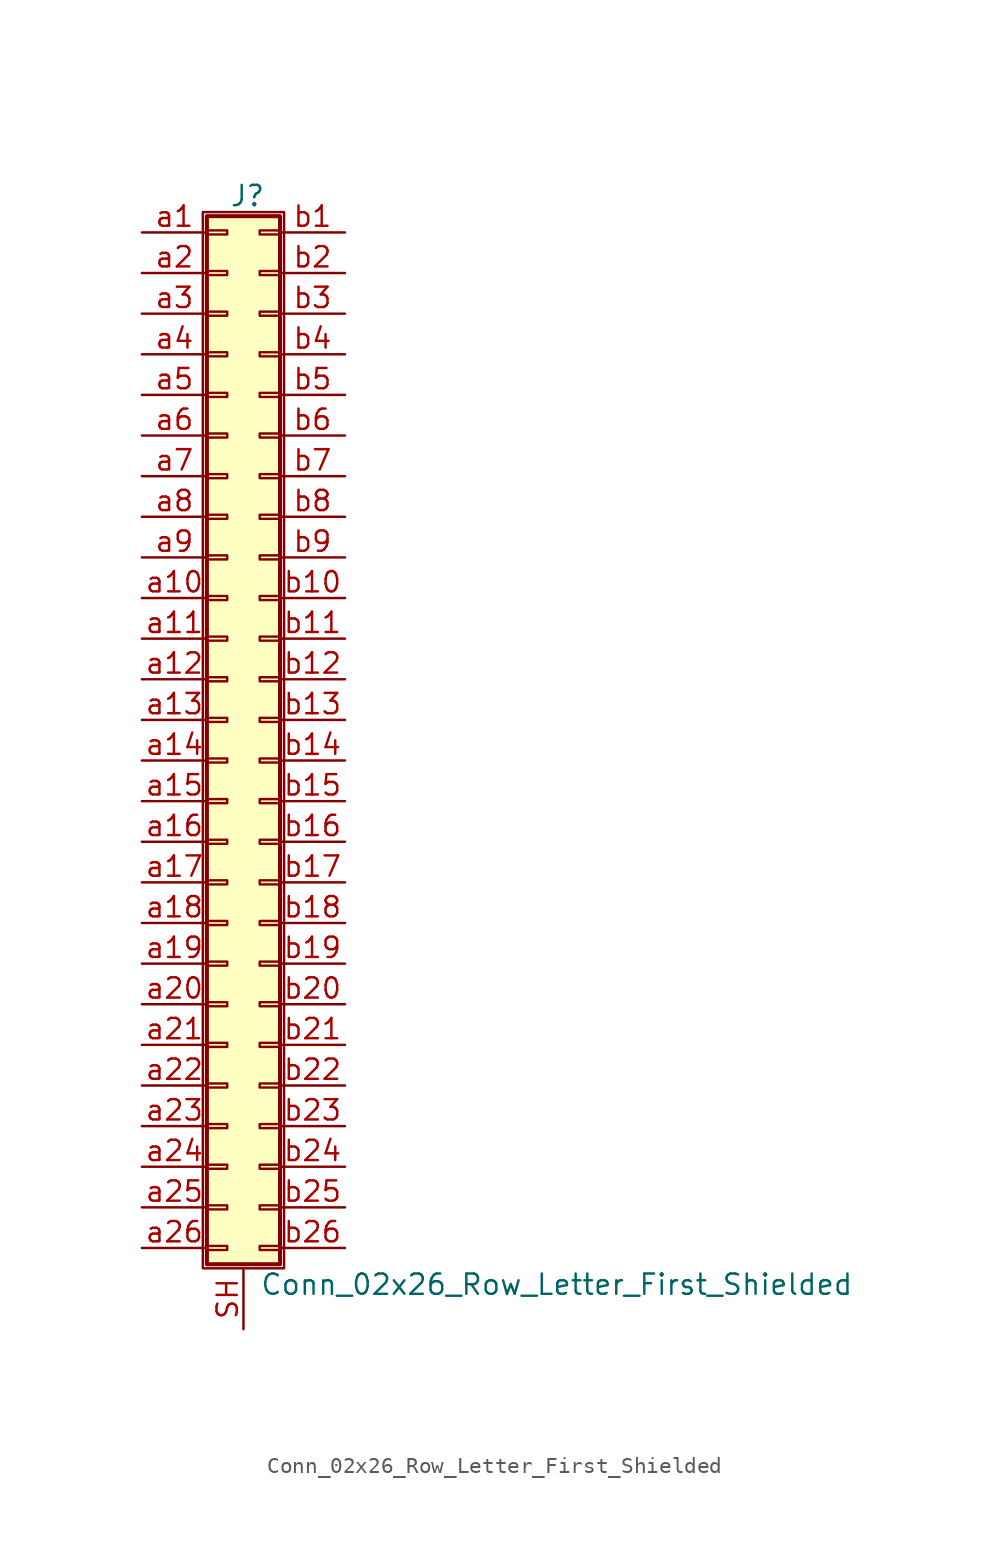
<source format=kicad_sym>
(kicad_symbol_lib
  (version 20201005)
  (generator kicad_symbol_editor)
  (symbol "Conn_02x26_Row_Letter_First_Shielded"
    (pin_names
      (offset 1.016) hide)
    (property "Reference" "J"
      (at 1.524 32.766 0)
      (effects (font (size 1.27 1.27))))
    (property "Value" "Conn_02x26_Row_Letter_First_Shielded"
      (at 2.286 -35.306 0)
      (effects (font (size 1.27 1.27)) (justify left)))
    (symbol "Conn_02x26_Row_Letter_First_Shielded_1_1"
      (rectangle (start -1.27 31.75) (end 3.81 -34.29) (stroke (width 0.152)) (fill (type none)))
      (rectangle (start -1.016 -32.893) (end 0.254 -33.147) (stroke (width 0.152)) (fill (type none)))
      (rectangle (start -1.016 -30.353) (end 0.254 -30.607) (stroke (width 0.152)) (fill (type none)))
      (rectangle (start -1.016 -27.813) (end 0.254 -28.067) (stroke (width 0.152)) (fill (type none)))
      (rectangle (start -1.016 -25.273) (end 0.254 -25.527) (stroke (width 0.152)) (fill (type none)))
      (rectangle (start -1.016 -22.733) (end 0.254 -22.987) (stroke (width 0.152)) (fill (type none)))
      (rectangle (start -1.016 -20.193) (end 0.254 -20.447) (stroke (width 0.152)) (fill (type none)))
      (rectangle (start -1.016 -17.653) (end 0.254 -17.907) (stroke (width 0.152)) (fill (type none)))
      (rectangle (start -1.016 -15.113) (end 0.254 -15.367) (stroke (width 0.152)) (fill (type none)))
      (rectangle (start -1.016 -12.573) (end 0.254 -12.827) (stroke (width 0.152)) (fill (type none)))
      (rectangle (start -1.016 -10.033) (end 0.254 -10.287) (stroke (width 0.152)) (fill (type none)))
      (rectangle (start -1.016 -7.493) (end 0.254 -7.747) (stroke (width 0.152)) (fill (type none)))
      (rectangle (start -1.016 -4.953) (end 0.254 -5.207) (stroke (width 0.152)) (fill (type none)))
      (rectangle (start -1.016 -2.413) (end 0.254 -2.667) (stroke (width 0.152)) (fill (type none)))
      (rectangle (start -1.016 0.127) (end 0.254 -0.127) (stroke (width 0.152)) (fill (type none)))
      (rectangle (start -1.016 2.667) (end 0.254 2.413) (stroke (width 0.152)) (fill (type none)))
      (rectangle (start -1.016 5.207) (end 0.254 4.953) (stroke (width 0.152)) (fill (type none)))
      (rectangle (start -1.016 7.747) (end 0.254 7.493) (stroke (width 0.152)) (fill (type none)))
      (rectangle (start -1.016 10.287) (end 0.254 10.033) (stroke (width 0.152)) (fill (type none)))
      (rectangle (start -1.016 12.827) (end 0.254 12.573) (stroke (width 0.152)) (fill (type none)))
      (rectangle (start -1.016 15.367) (end 0.254 15.113) (stroke (width 0.152)) (fill (type none)))
      (rectangle (start -1.016 17.907) (end 0.254 17.653) (stroke (width 0.152)) (fill (type none)))
      (rectangle (start -1.016 20.447) (end 0.254 20.193) (stroke (width 0.152)) (fill (type none)))
      (rectangle (start -1.016 22.987) (end 0.254 22.733) (stroke (width 0.152)) (fill (type none)))
      (rectangle (start -1.016 25.527) (end 0.254 25.273) (stroke (width 0.152)) (fill (type none)))
      (rectangle (start -1.016 28.067) (end 0.254 27.813) (stroke (width 0.152)) (fill (type none)))
      (rectangle (start -1.016 30.607) (end 0.254 30.353) (stroke (width 0.152)) (fill (type none)))
      (rectangle (start 3.556 -32.893) (end 2.286 -33.147) (stroke (width 0.152)) (fill (type none)))
      (rectangle (start 3.556 -30.353) (end 2.286 -30.607) (stroke (width 0.152)) (fill (type none)))
      (rectangle (start 3.556 -27.813) (end 2.286 -28.067) (stroke (width 0.152)) (fill (type none)))
      (rectangle (start 3.556 -25.273) (end 2.286 -25.527) (stroke (width 0.152)) (fill (type none)))
      (rectangle (start 3.556 -22.733) (end 2.286 -22.987) (stroke (width 0.152)) (fill (type none)))
      (rectangle (start 3.556 -20.193) (end 2.286 -20.447) (stroke (width 0.152)) (fill (type none)))
      (rectangle (start 3.556 -17.653) (end 2.286 -17.907) (stroke (width 0.152)) (fill (type none)))
      (rectangle (start 3.556 -15.113) (end 2.286 -15.367) (stroke (width 0.152)) (fill (type none)))
      (rectangle (start 3.556 -12.573) (end 2.286 -12.827) (stroke (width 0.152)) (fill (type none)))
      (rectangle (start 3.556 -10.033) (end 2.286 -10.287) (stroke (width 0.152)) (fill (type none)))
      (rectangle (start 3.556 -7.493) (end 2.286 -7.747) (stroke (width 0.152)) (fill (type none)))
      (rectangle (start 3.556 -4.953) (end 2.286 -5.207) (stroke (width 0.152)) (fill (type none)))
      (rectangle (start 3.556 -2.413) (end 2.286 -2.667) (stroke (width 0.152)) (fill (type none)))
      (rectangle (start 3.556 0.127) (end 2.286 -0.127) (stroke (width 0.152)) (fill (type none)))
      (rectangle (start 3.556 2.667) (end 2.286 2.413) (stroke (width 0.152)) (fill (type none)))
      (rectangle (start 3.556 5.207) (end 2.286 4.953) (stroke (width 0.152)) (fill (type none)))
      (rectangle (start 3.556 7.747) (end 2.286 7.493) (stroke (width 0.152)) (fill (type none)))
      (rectangle (start 3.556 10.287) (end 2.286 10.033) (stroke (width 0.152)) (fill (type none)))
      (rectangle (start 3.556 12.827) (end 2.286 12.573) (stroke (width 0.152)) (fill (type none)))
      (rectangle (start 3.556 15.367) (end 2.286 15.113) (stroke (width 0.152)) (fill (type none)))
      (rectangle (start 3.556 17.907) (end 2.286 17.653) (stroke (width 0.152)) (fill (type none)))
      (rectangle (start 3.556 20.447) (end 2.286 20.193) (stroke (width 0.152)) (fill (type none)))
      (rectangle (start 3.556 22.987) (end 2.286 22.733) (stroke (width 0.152)) (fill (type none)))
      (rectangle (start 3.556 25.527) (end 2.286 25.273) (stroke (width 0.152)) (fill (type none)))
      (rectangle (start 3.556 28.067) (end 2.286 27.813) (stroke (width 0.152)) (fill (type none)))
      (rectangle (start 3.556 30.607) (end 2.286 30.353) (stroke (width 0.152)) (fill (type none)))
      (rectangle (start -1.016 31.496) (end 3.556 -34.036) (stroke (width 0.254)) (fill (type background)))
      (pin passive line (at 1.27 -38.1 90) (length 3.81) (name "Shield" (effects (font (size 1.27 1.27)))) (number "SH" (effects (font (size 1.27 1.27)))))
      (pin passive line (at -5.08 30.48 0) (length 4.064) (name "Pin_a1" (effects (font (size 1.27 1.27)))) (number "a1" (effects (font (size 1.27 1.27)))))
      (pin passive line (at -5.08 7.62 0) (length 4.064) (name "Pin_a10" (effects (font (size 1.27 1.27)))) (number "a10" (effects (font (size 1.27 1.27)))))
      (pin passive line (at -5.08 5.08 0) (length 4.064) (name "Pin_a11" (effects (font (size 1.27 1.27)))) (number "a11" (effects (font (size 1.27 1.27)))))
      (pin passive line (at -5.08 2.54 0) (length 4.064) (name "Pin_a12" (effects (font (size 1.27 1.27)))) (number "a12" (effects (font (size 1.27 1.27)))))
      (pin passive line (at -5.08 0 0) (length 4.064) (name "Pin_a13" (effects (font (size 1.27 1.27)))) (number "a13" (effects (font (size 1.27 1.27)))))
      (pin passive line (at -5.08 -2.54 0) (length 4.064) (name "Pin_a14" (effects (font (size 1.27 1.27)))) (number "a14" (effects (font (size 1.27 1.27)))))
      (pin passive line (at -5.08 -5.08 0) (length 4.064) (name "Pin_a15" (effects (font (size 1.27 1.27)))) (number "a15" (effects (font (size 1.27 1.27)))))
      (pin passive line (at -5.08 -7.62 0) (length 4.064) (name "Pin_a16" (effects (font (size 1.27 1.27)))) (number "a16" (effects (font (size 1.27 1.27)))))
      (pin passive line (at -5.08 -10.16 0) (length 4.064) (name "Pin_a17" (effects (font (size 1.27 1.27)))) (number "a17" (effects (font (size 1.27 1.27)))))
      (pin passive line (at -5.08 -12.7 0) (length 4.064) (name "Pin_a18" (effects (font (size 1.27 1.27)))) (number "a18" (effects (font (size 1.27 1.27)))))
      (pin passive line (at -5.08 -15.24 0) (length 4.064) (name "Pin_a19" (effects (font (size 1.27 1.27)))) (number "a19" (effects (font (size 1.27 1.27)))))
      (pin passive line (at -5.08 27.94 0) (length 4.064) (name "Pin_a2" (effects (font (size 1.27 1.27)))) (number "a2" (effects (font (size 1.27 1.27)))))
      (pin passive line (at -5.08 -17.78 0) (length 4.064) (name "Pin_a20" (effects (font (size 1.27 1.27)))) (number "a20" (effects (font (size 1.27 1.27)))))
      (pin passive line (at -5.08 -20.32 0) (length 4.064) (name "Pin_a21" (effects (font (size 1.27 1.27)))) (number "a21" (effects (font (size 1.27 1.27)))))
      (pin passive line (at -5.08 -22.86 0) (length 4.064) (name "Pin_a22" (effects (font (size 1.27 1.27)))) (number "a22" (effects (font (size 1.27 1.27)))))
      (pin passive line (at -5.08 -25.4 0) (length 4.064) (name "Pin_a23" (effects (font (size 1.27 1.27)))) (number "a23" (effects (font (size 1.27 1.27)))))
      (pin passive line (at -5.08 -27.94 0) (length 4.064) (name "Pin_a24" (effects (font (size 1.27 1.27)))) (number "a24" (effects (font (size 1.27 1.27)))))
      (pin passive line (at -5.08 -30.48 0) (length 4.064) (name "Pin_a25" (effects (font (size 1.27 1.27)))) (number "a25" (effects (font (size 1.27 1.27)))))
      (pin passive line (at -5.08 -33.02 0) (length 4.064) (name "Pin_a26" (effects (font (size 1.27 1.27)))) (number "a26" (effects (font (size 1.27 1.27)))))
      (pin passive line (at -5.08 25.4 0) (length 4.064) (name "Pin_a3" (effects (font (size 1.27 1.27)))) (number "a3" (effects (font (size 1.27 1.27)))))
      (pin passive line (at -5.08 22.86 0) (length 4.064) (name "Pin_a4" (effects (font (size 1.27 1.27)))) (number "a4" (effects (font (size 1.27 1.27)))))
      (pin passive line (at -5.08 20.32 0) (length 4.064) (name "Pin_a5" (effects (font (size 1.27 1.27)))) (number "a5" (effects (font (size 1.27 1.27)))))
      (pin passive line (at -5.08 17.78 0) (length 4.064) (name "Pin_a6" (effects (font (size 1.27 1.27)))) (number "a6" (effects (font (size 1.27 1.27)))))
      (pin passive line (at -5.08 15.24 0) (length 4.064) (name "Pin_a7" (effects (font (size 1.27 1.27)))) (number "a7" (effects (font (size 1.27 1.27)))))
      (pin passive line (at -5.08 12.7 0) (length 4.064) (name "Pin_a8" (effects (font (size 1.27 1.27)))) (number "a8" (effects (font (size 1.27 1.27)))))
      (pin passive line (at -5.08 10.16 0) (length 4.064) (name "Pin_a9" (effects (font (size 1.27 1.27)))) (number "a9" (effects (font (size 1.27 1.27)))))
      (pin passive line (at 7.62 30.48 180) (length 4.064) (name "Pin_b1" (effects (font (size 1.27 1.27)))) (number "b1" (effects (font (size 1.27 1.27)))))
      (pin passive line (at 7.62 7.62 180) (length 4.064) (name "Pin_b10" (effects (font (size 1.27 1.27)))) (number "b10" (effects (font (size 1.27 1.27)))))
      (pin passive line (at 7.62 5.08 180) (length 4.064) (name "Pin_b11" (effects (font (size 1.27 1.27)))) (number "b11" (effects (font (size 1.27 1.27)))))
      (pin passive line (at 7.62 2.54 180) (length 4.064) (name "Pin_b12" (effects (font (size 1.27 1.27)))) (number "b12" (effects (font (size 1.27 1.27)))))
      (pin passive line (at 7.62 0 180) (length 4.064) (name "Pin_b13" (effects (font (size 1.27 1.27)))) (number "b13" (effects (font (size 1.27 1.27)))))
      (pin passive line (at 7.62 -2.54 180) (length 4.064) (name "Pin_b14" (effects (font (size 1.27 1.27)))) (number "b14" (effects (font (size 1.27 1.27)))))
      (pin passive line (at 7.62 -5.08 180) (length 4.064) (name "Pin_b15" (effects (font (size 1.27 1.27)))) (number "b15" (effects (font (size 1.27 1.27)))))
      (pin passive line (at 7.62 -7.62 180) (length 4.064) (name "Pin_b16" (effects (font (size 1.27 1.27)))) (number "b16" (effects (font (size 1.27 1.27)))))
      (pin passive line (at 7.62 -10.16 180) (length 4.064) (name "Pin_b17" (effects (font (size 1.27 1.27)))) (number "b17" (effects (font (size 1.27 1.27)))))
      (pin passive line (at 7.62 -12.7 180) (length 4.064) (name "Pin_b18" (effects (font (size 1.27 1.27)))) (number "b18" (effects (font (size 1.27 1.27)))))
      (pin passive line (at 7.62 -15.24 180) (length 4.064) (name "Pin_b19" (effects (font (size 1.27 1.27)))) (number "b19" (effects (font (size 1.27 1.27)))))
      (pin passive line (at 7.62 27.94 180) (length 4.064) (name "Pin_b2" (effects (font (size 1.27 1.27)))) (number "b2" (effects (font (size 1.27 1.27)))))
      (pin passive line (at 7.62 -17.78 180) (length 4.064) (name "Pin_b20" (effects (font (size 1.27 1.27)))) (number "b20" (effects (font (size 1.27 1.27)))))
      (pin passive line (at 7.62 -20.32 180) (length 4.064) (name "Pin_b21" (effects (font (size 1.27 1.27)))) (number "b21" (effects (font (size 1.27 1.27)))))
      (pin passive line (at 7.62 -22.86 180) (length 4.064) (name "Pin_b22" (effects (font (size 1.27 1.27)))) (number "b22" (effects (font (size 1.27 1.27)))))
      (pin passive line (at 7.62 -25.4 180) (length 4.064) (name "Pin_b23" (effects (font (size 1.27 1.27)))) (number "b23" (effects (font (size 1.27 1.27)))))
      (pin passive line (at 7.62 -27.94 180) (length 4.064) (name "Pin_b24" (effects (font (size 1.27 1.27)))) (number "b24" (effects (font (size 1.27 1.27)))))
      (pin passive line (at 7.62 -30.48 180) (length 4.064) (name "Pin_b25" (effects (font (size 1.27 1.27)))) (number "b25" (effects (font (size 1.27 1.27)))))
      (pin passive line (at 7.62 -33.02 180) (length 4.064) (name "Pin_b26" (effects (font (size 1.27 1.27)))) (number "b26" (effects (font (size 1.27 1.27)))))
      (pin passive line (at 7.62 25.4 180) (length 4.064) (name "Pin_b3" (effects (font (size 1.27 1.27)))) (number "b3" (effects (font (size 1.27 1.27)))))
      (pin passive line (at 7.62 22.86 180) (length 4.064) (name "Pin_b4" (effects (font (size 1.27 1.27)))) (number "b4" (effects (font (size 1.27 1.27)))))
      (pin passive line (at 7.62 20.32 180) (length 4.064) (name "Pin_b5" (effects (font (size 1.27 1.27)))) (number "b5" (effects (font (size 1.27 1.27)))))
      (pin passive line (at 7.62 17.78 180) (length 4.064) (name "Pin_b6" (effects (font (size 1.27 1.27)))) (number "b6" (effects (font (size 1.27 1.27)))))
      (pin passive line (at 7.62 15.24 180) (length 4.064) (name "Pin_b7" (effects (font (size 1.27 1.27)))) (number "b7" (effects (font (size 1.27 1.27)))))
      (pin passive line (at 7.62 12.7 180) (length 4.064) (name "Pin_b8" (effects (font (size 1.27 1.27)))) (number "b8" (effects (font (size 1.27 1.27)))))
      (pin passive line (at 7.62 10.16 180) (length 4.064) (name "Pin_b9" (effects (font (size 1.27 1.27)))) (number "b9" (effects (font (size 1.27 1.27))))))))
</source>
